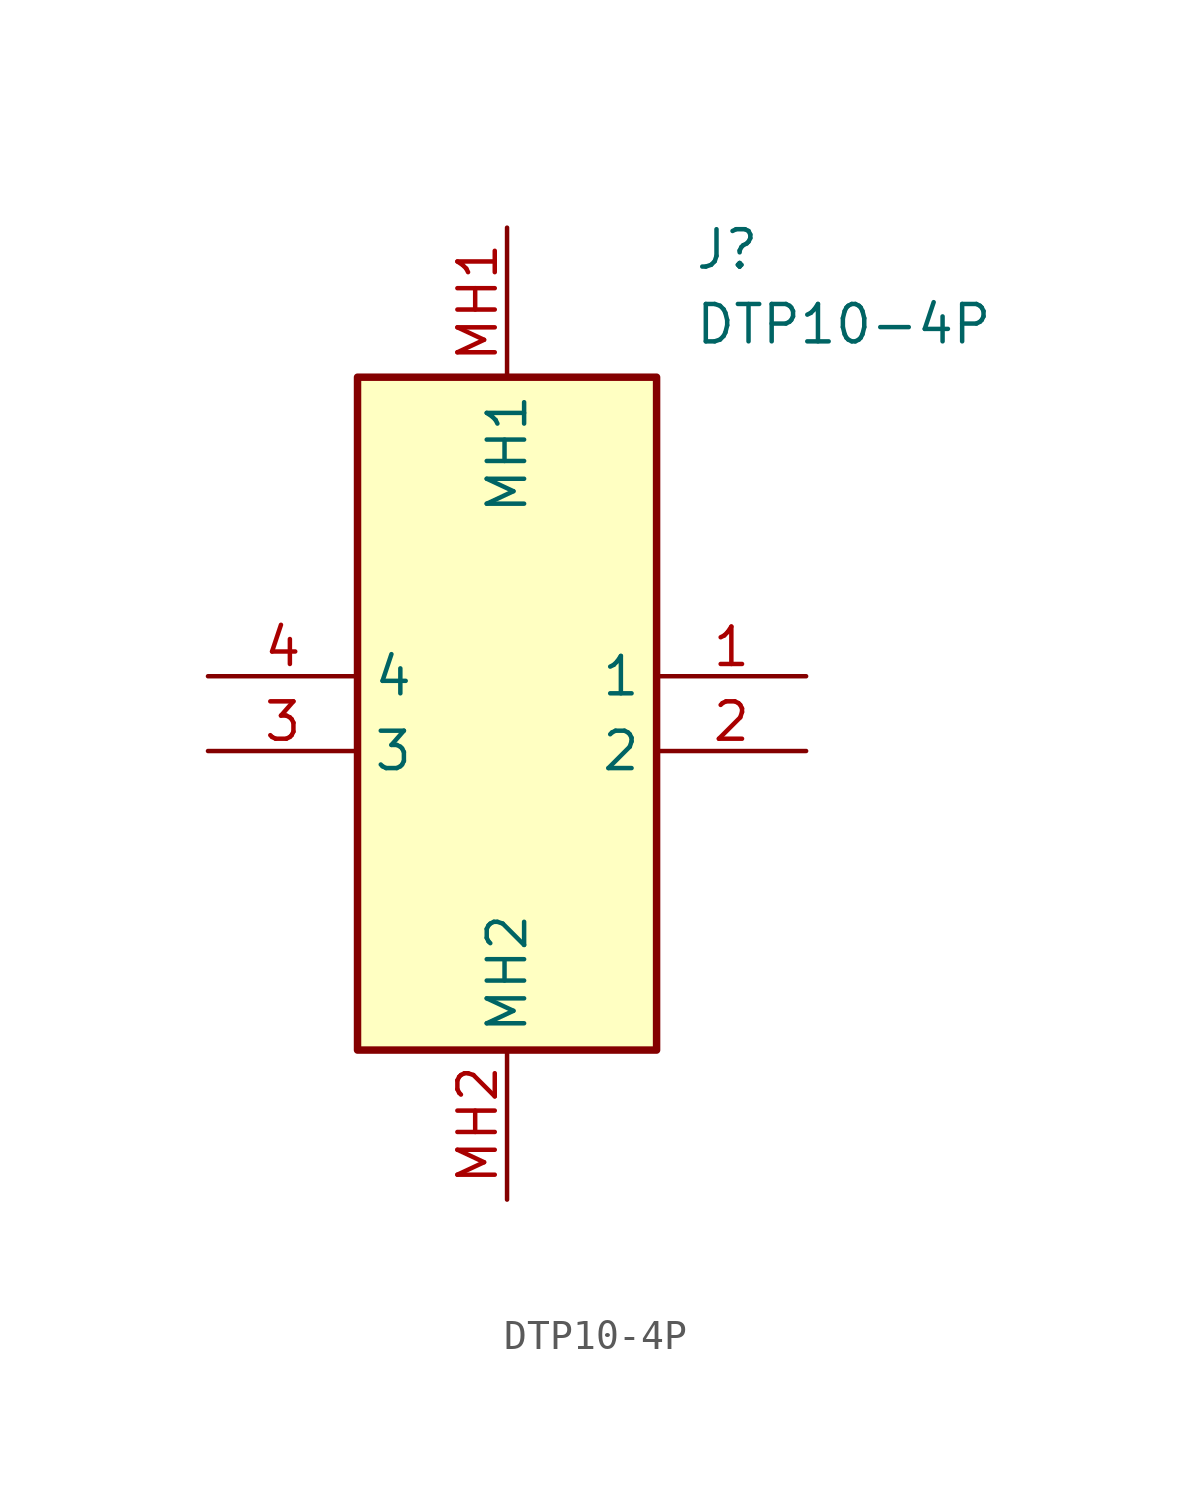
<source format=kicad_sym>
(kicad_symbol_lib
  (version 20211014)
  (generator SamacSys_ECAD_Model)
  (symbol "DTP10-4P"
    (property "Reference" "J"
      (at 16.51 15.24 0)
      (effects (font (size 1.27 1.27)) (justify left top)))
    (property "Value" "DTP10-4P"
      (at 16.51 12.7 0)
      (effects (font (size 1.27 1.27)) (justify left top)))
    (rectangle
      (start 5.08 10.16)
      (end 15.24 -12.7)
      (stroke (width 0.254) (type default))
      (fill (type background)))
    (pin passive line
      (at 20.32 0 180)
      (length 5.08)
      (name "1" (effects (font (size 1.27 1.27))))
      (number "1" (effects (font (size 1.27 1.27)))))
    (pin passive line
      (at 20.32 -2.54 180)
      (length 5.08)
      (name "2" (effects (font (size 1.27 1.27))))
      (number "2" (effects (font (size 1.27 1.27)))))
    (pin passive line
      (at 0 -2.54 0)
      (length 5.08)
      (name "3" (effects (font (size 1.27 1.27))))
      (number "3" (effects (font (size 1.27 1.27)))))
    (pin passive line
      (at 0 0 0)
      (length 5.08)
      (name "4" (effects (font (size 1.27 1.27))))
      (number "4" (effects (font (size 1.27 1.27)))))
    (pin passive line
      (at 10.16 15.24 270)
      (length 5.08)
      (name "MH1" (effects (font (size 1.27 1.27))))
      (number "MH1" (effects (font (size 1.27 1.27)))))
    (pin passive line
      (at 10.16 -17.78 90)
      (length 5.08)
      (name "MH2" (effects (font (size 1.27 1.27))))
      (number "MH2" (effects (font (size 1.27 1.27)))))))
</source>
